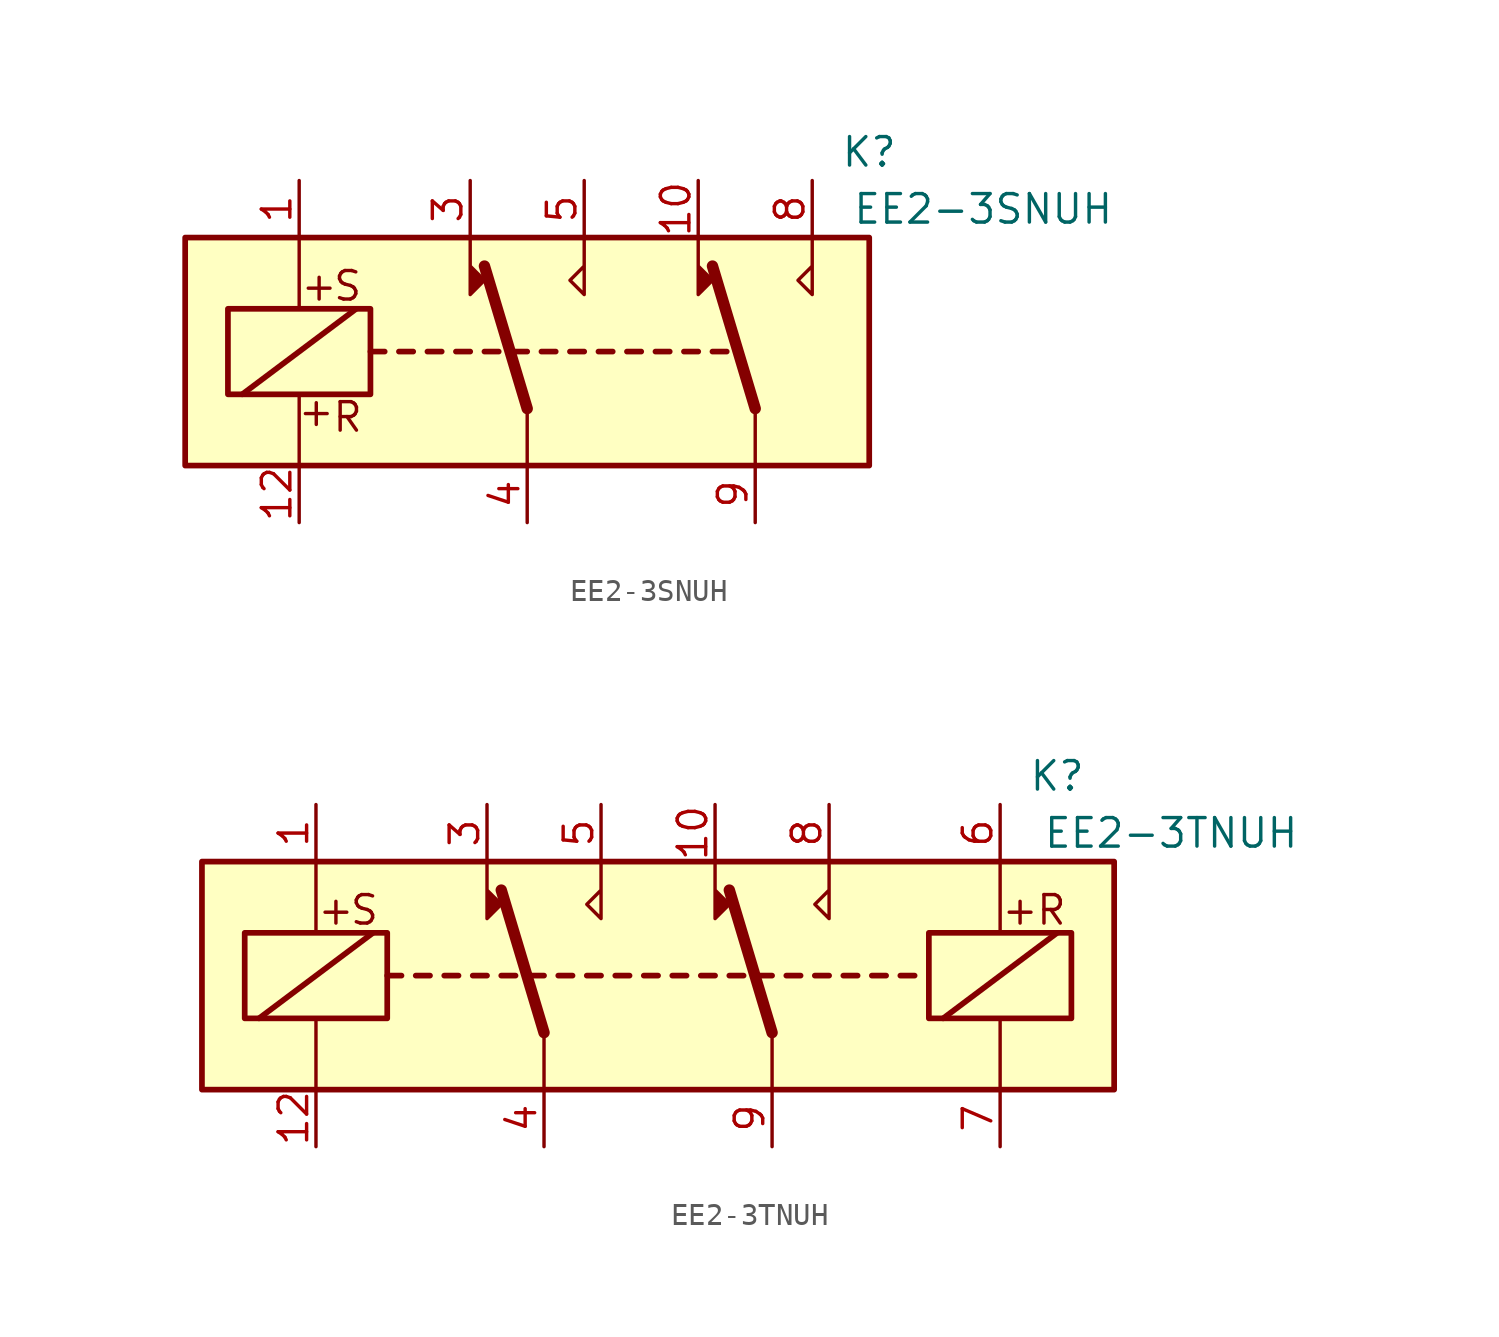
<source format=kicad_sym>
(kicad_symbol_lib
  (version 20241209)
  (generator "kicad_symbol_editor")
  (generator_version "9.0")
  (symbol "EE2-3SNUH"
    (property "Reference" "K"
      (at 15.24 8.89 0)
      (effects (font (size 1.27 1.27))))
    (property "Value" "EE2-3SNUH"
      (at 20.32 6.35 0)
      (effects (font (size 1.27 1.27))))
    (symbol "EE2-3SNUH_1_1"
      (rectangle (start -15.24 5.08) (end 15.24 -5.08) (stroke (width 0.254) (type default)) (fill (type background)))
      (rectangle (start -13.335 1.905) (end -6.985 -1.905) (stroke (width 0.254) (type default)) (fill (type none)))
      (polyline (pts (xy -12.7 -1.905) (xy -7.62 1.905)) (stroke (width 0.254) (type default)) (fill (type none)))
      (polyline (pts (xy -10.16 5.08) (xy -10.16 1.905)) (stroke (width 0) (type default)) (fill (type none)))
      (polyline (pts (xy -10.16 -5.08) (xy -10.16 -1.905)) (stroke (width 0) (type default)) (fill (type none)))
      (polyline (pts (xy -6.985 0) (xy -6.35 0)) (stroke (width 0.254) (type default)) (fill (type none)))
      (polyline (pts (xy -5.715 0) (xy -5.08 0)) (stroke (width 0.254) (type default)) (fill (type none)))
      (polyline (pts (xy -4.445 0) (xy -3.81 0)) (stroke (width 0.254) (type default)) (fill (type none)))
      (polyline (pts (xy -3.175 0) (xy -2.54 0)) (stroke (width 0.254) (type default)) (fill (type none)))
      (polyline (pts (xy -2.54 5.08) (xy -2.54 2.54) (xy -1.905 3.175) (xy -2.54 3.81)) (stroke (width 0) (type default)) (fill (type outline)))
      (polyline (pts (xy -1.905 0) (xy -1.27 0)) (stroke (width 0.254) (type default)) (fill (type none)))
      (polyline (pts (xy -0.635 0) (xy 0 0)) (stroke (width 0.254) (type default)) (fill (type none)))
      (polyline (pts (xy 0 -2.54) (xy -1.905 3.81)) (stroke (width 0.508) (type default)) (fill (type none)))
      (polyline (pts (xy 0 -2.54) (xy 0 -5.08)) (stroke (width 0) (type default)) (fill (type none)))
      (polyline (pts (xy 0.635 0) (xy 1.27 0)) (stroke (width 0.254) (type default)) (fill (type none)))
      (polyline (pts (xy 1.905 0) (xy 2.54 0)) (stroke (width 0.254) (type default)) (fill (type none)))
      (polyline (pts (xy 2.54 5.08) (xy 2.54 2.54) (xy 1.905 3.175) (xy 2.54 3.81)) (stroke (width 0) (type default)) (fill (type none)))
      (polyline (pts (xy 3.175 0) (xy 3.81 0)) (stroke (width 0.254) (type default)) (fill (type none)))
      (polyline (pts (xy 4.445 0) (xy 5.08 0)) (stroke (width 0.254) (type default)) (fill (type none)))
      (polyline (pts (xy 5.715 0) (xy 6.35 0)) (stroke (width 0.254) (type default)) (fill (type none)))
      (polyline (pts (xy 6.985 0) (xy 7.62 0)) (stroke (width 0.254) (type default)) (fill (type none)))
      (polyline (pts (xy 7.62 5.08) (xy 7.62 2.54) (xy 8.255 3.175) (xy 7.62 3.81)) (stroke (width 0) (type default)) (fill (type outline)))
      (polyline (pts (xy 8.255 0) (xy 8.89 0)) (stroke (width 0.254) (type default)) (fill (type none)))
      (polyline (pts (xy 10.16 -2.54) (xy 8.255 3.81)) (stroke (width 0.508) (type default)) (fill (type none)))
      (polyline (pts (xy 10.16 -2.54) (xy 10.16 -5.08)) (stroke (width 0) (type default)) (fill (type none)))
      (polyline (pts (xy 12.7 5.08) (xy 12.7 2.54) (xy 12.065 3.175) (xy 12.7 3.81)) (stroke (width 0) (type default)) (fill (type none)))
      (text "+" (at -9.398 -2.667 0) (effects (font (size 1.27 1.27))))
      (text "+" (at -9.271 2.921 0) (effects (font (size 1.27 1.27))))
      (text "S" (at -8.001 2.921 0) (effects (font (size 1.27 1.27))))
      (text "R" (at -8.001 -2.921 0) (effects (font (size 1.27 1.27))))
      (pin passive line (at -10.16 7.62 270) (length 2.54) (name "~" (effects (font (size 1.27 1.27)))) (number "1" (effects (font (size 1.27 1.27)))))
      (pin passive line (at -10.16 -7.62 90) (length 2.54) (name "~" (effects (font (size 1.27 1.27)))) (number "12" (effects (font (size 1.27 1.27)))))
      (pin passive line (at -2.54 7.62 270) (length 2.54) (name "~" (effects (font (size 1.27 1.27)))) (number "3" (effects (font (size 1.27 1.27)))))
      (pin passive line (at 0 -7.62 90) (length 2.54) (name "~" (effects (font (size 1.27 1.27)))) (number "4" (effects (font (size 1.27 1.27)))))
      (pin passive line (at 2.54 7.62 270) (length 2.54) (name "~" (effects (font (size 1.27 1.27)))) (number "5" (effects (font (size 1.27 1.27)))))
      (pin passive line (at 7.62 7.62 270) (length 2.54) (name "~" (effects (font (size 1.27 1.27)))) (number "10" (effects (font (size 1.27 1.27)))))
      (pin passive line (at 10.16 -7.62 90) (length 2.54) (name "~" (effects (font (size 1.27 1.27)))) (number "9" (effects (font (size 1.27 1.27)))))
      (pin passive line (at 12.7 7.62 270) (length 2.54) (name "~" (effects (font (size 1.27 1.27)))) (number "8" (effects (font (size 1.27 1.27)))))))
  (symbol "EE2-3TNUH"
    (property "Reference" "K"
      (at 17.78 8.89 0)
      (effects (font (size 1.27 1.27))))
    (property "Value" "EE2-3TNUH"
      (at 22.86 6.35 0)
      (effects (font (size 1.27 1.27))))
    (symbol "EE2-3TNUH_1_1"
      (rectangle (start -20.32 5.08) (end 20.32 -5.08) (stroke (width 0.254) (type default)) (fill (type background)))
      (rectangle (start -18.415 1.905) (end -12.065 -1.905) (stroke (width 0.254) (type default)) (fill (type none)))
      (polyline (pts (xy -17.78 -1.905) (xy -12.7 1.905)) (stroke (width 0.254) (type default)) (fill (type none)))
      (polyline (pts (xy -15.24 5.08) (xy -15.24 1.905)) (stroke (width 0) (type default)) (fill (type none)))
      (polyline (pts (xy -15.24 -5.08) (xy -15.24 -1.905)) (stroke (width 0) (type default)) (fill (type none)))
      (polyline (pts (xy -12.065 0) (xy -11.43 0)) (stroke (width 0.254) (type default)) (fill (type none)))
      (polyline (pts (xy -10.795 0) (xy -10.16 0)) (stroke (width 0.254) (type default)) (fill (type none)))
      (polyline (pts (xy -9.525 0) (xy -8.89 0)) (stroke (width 0.254) (type default)) (fill (type none)))
      (polyline (pts (xy -8.255 0) (xy -7.62 0)) (stroke (width 0.254) (type default)) (fill (type none)))
      (polyline (pts (xy -7.62 5.08) (xy -7.62 2.54) (xy -6.985 3.175) (xy -7.62 3.81)) (stroke (width 0) (type default)) (fill (type outline)))
      (polyline (pts (xy -6.985 0) (xy -6.35 0)) (stroke (width 0.254) (type default)) (fill (type none)))
      (polyline (pts (xy -5.715 0) (xy -5.08 0)) (stroke (width 0.254) (type default)) (fill (type none)))
      (polyline (pts (xy -5.08 -2.54) (xy -6.985 3.81)) (stroke (width 0.508) (type default)) (fill (type none)))
      (polyline (pts (xy -5.08 -2.54) (xy -5.08 -5.08)) (stroke (width 0) (type default)) (fill (type none)))
      (polyline (pts (xy -4.445 0) (xy -3.81 0)) (stroke (width 0.254) (type default)) (fill (type none)))
      (polyline (pts (xy -3.175 0) (xy -2.54 0)) (stroke (width 0.254) (type default)) (fill (type none)))
      (polyline (pts (xy -2.54 5.08) (xy -2.54 2.54) (xy -3.175 3.175) (xy -2.54 3.81)) (stroke (width 0) (type default)) (fill (type none)))
      (polyline (pts (xy -1.905 0) (xy -1.27 0)) (stroke (width 0.254) (type default)) (fill (type none)))
      (polyline (pts (xy -0.635 0) (xy 0 0)) (stroke (width 0.254) (type default)) (fill (type none)))
      (polyline (pts (xy 0.635 0) (xy 1.27 0)) (stroke (width 0.254) (type default)) (fill (type none)))
      (polyline (pts (xy 1.905 0) (xy 2.54 0)) (stroke (width 0.254) (type default)) (fill (type none)))
      (polyline (pts (xy 2.54 5.08) (xy 2.54 2.54) (xy 3.175 3.175) (xy 2.54 3.81)) (stroke (width 0) (type default)) (fill (type outline)))
      (polyline (pts (xy 3.175 0) (xy 3.81 0)) (stroke (width 0.254) (type default)) (fill (type none)))
      (polyline (pts (xy 4.445 0) (xy 5.08 0)) (stroke (width 0.254) (type default)) (fill (type none)))
      (polyline (pts (xy 5.08 -2.54) (xy 3.175 3.81)) (stroke (width 0.508) (type default)) (fill (type none)))
      (polyline (pts (xy 5.08 -2.54) (xy 5.08 -5.08)) (stroke (width 0) (type default)) (fill (type none)))
      (polyline (pts (xy 5.715 0) (xy 6.35 0)) (stroke (width 0.254) (type default)) (fill (type none)))
      (polyline (pts (xy 6.985 0) (xy 7.62 0)) (stroke (width 0.254) (type default)) (fill (type none)))
      (polyline (pts (xy 7.62 5.08) (xy 7.62 2.54) (xy 6.985 3.175) (xy 7.62 3.81)) (stroke (width 0) (type default)) (fill (type none)))
      (polyline (pts (xy 8.255 0) (xy 8.89 0)) (stroke (width 0.254) (type default)) (fill (type none)))
      (polyline (pts (xy 9.525 0) (xy 10.16 0)) (stroke (width 0.254) (type default)) (fill (type none)))
      (polyline (pts (xy 10.795 0) (xy 11.43 0)) (stroke (width 0.254) (type default)) (fill (type none)))
      (rectangle (start 12.065 1.905) (end 18.415 -1.905) (stroke (width 0.254) (type default)) (fill (type none)))
      (polyline (pts (xy 12.7 -1.905) (xy 17.78 1.905)) (stroke (width 0.254) (type default)) (fill (type none)))
      (polyline (pts (xy 15.24 5.08) (xy 15.24 1.905)) (stroke (width 0) (type default)) (fill (type none)))
      (polyline (pts (xy 15.24 -5.08) (xy 15.24 -1.905)) (stroke (width 0) (type default)) (fill (type none)))
      (text "+" (at -14.351 2.921 0) (effects (font (size 1.27 1.27))))
      (text "S" (at -13.081 2.921 0) (effects (font (size 1.27 1.27))))
      (text "+" (at 16.129 2.921 0) (effects (font (size 1.27 1.27))))
      (text "R" (at 17.526 2.921 0) (effects (font (size 1.27 1.27))))
      (pin passive line (at -15.24 7.62 270) (length 2.54) (name "~" (effects (font (size 1.27 1.27)))) (number "1" (effects (font (size 1.27 1.27)))))
      (pin passive line (at -15.24 -7.62 90) (length 2.54) (name "~" (effects (font (size 1.27 1.27)))) (number "12" (effects (font (size 1.27 1.27)))))
      (pin passive line (at -7.62 7.62 270) (length 2.54) (name "~" (effects (font (size 1.27 1.27)))) (number "3" (effects (font (size 1.27 1.27)))))
      (pin passive line (at -5.08 -7.62 90) (length 2.54) (name "~" (effects (font (size 1.27 1.27)))) (number "4" (effects (font (size 1.27 1.27)))))
      (pin passive line (at -2.54 7.62 270) (length 2.54) (name "~" (effects (font (size 1.27 1.27)))) (number "5" (effects (font (size 1.27 1.27)))))
      (pin passive line (at 2.54 7.62 270) (length 2.54) (name "~" (effects (font (size 1.27 1.27)))) (number "10" (effects (font (size 1.27 1.27)))))
      (pin passive line (at 5.08 -7.62 90) (length 2.54) (name "~" (effects (font (size 1.27 1.27)))) (number "9" (effects (font (size 1.27 1.27)))))
      (pin passive line (at 7.62 7.62 270) (length 2.54) (name "~" (effects (font (size 1.27 1.27)))) (number "8" (effects (font (size 1.27 1.27)))))
      (pin passive line (at 15.24 7.62 270) (length 2.54) (name "~" (effects (font (size 1.27 1.27)))) (number "6" (effects (font (size 1.27 1.27)))))
      (pin passive line (at 15.24 -7.62 90) (length 2.54) (name "~" (effects (font (size 1.27 1.27)))) (number "7" (effects (font (size 1.27 1.27))))))))
</source>
